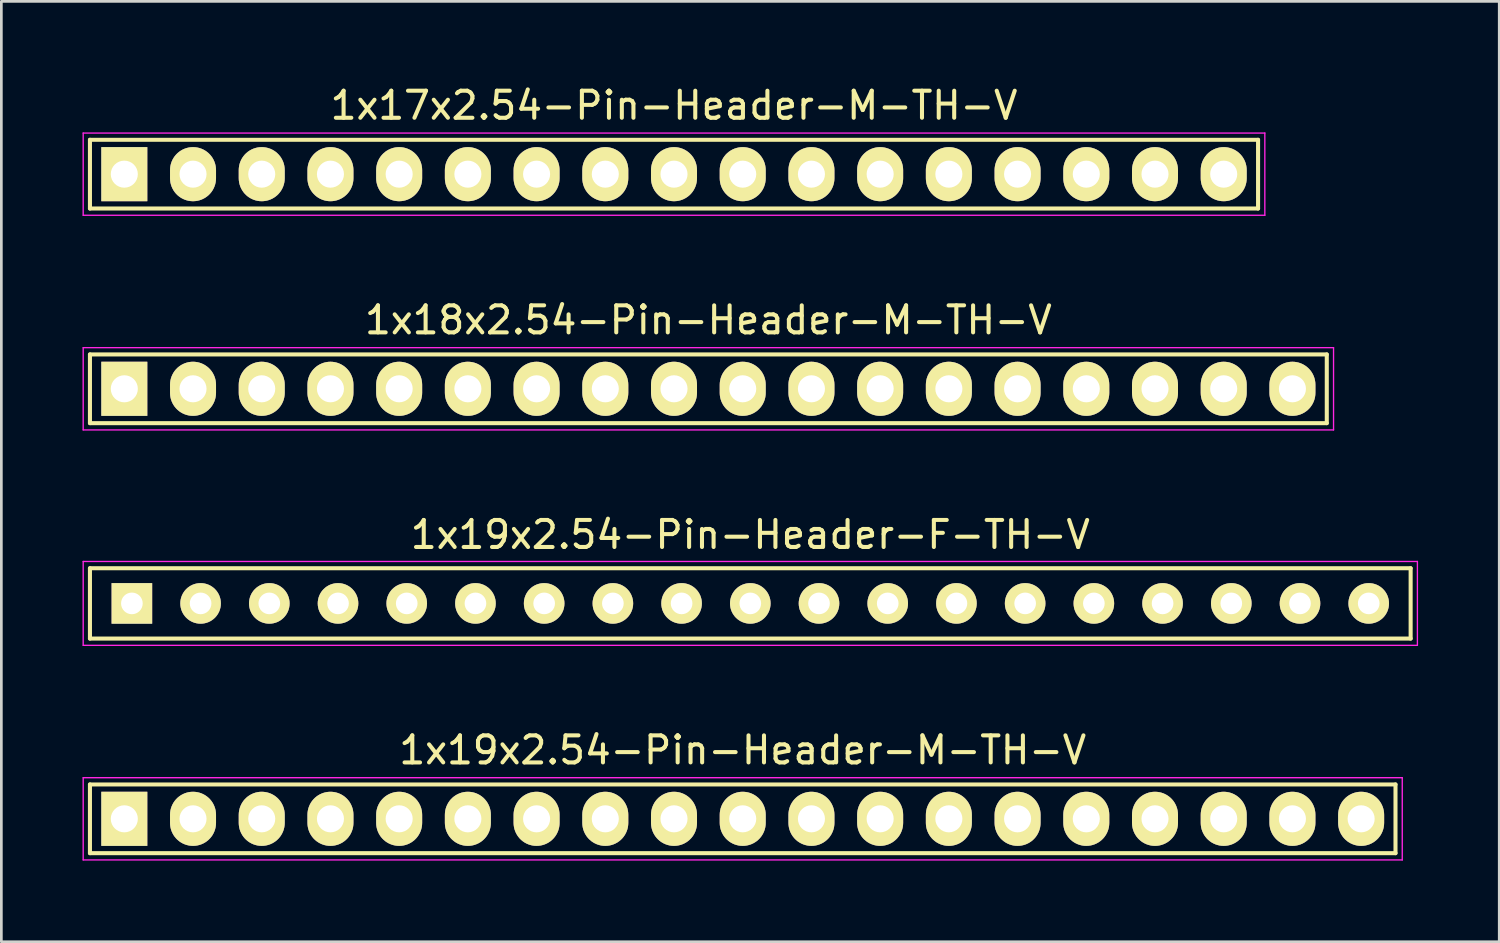
<source format=kicad_pcb>
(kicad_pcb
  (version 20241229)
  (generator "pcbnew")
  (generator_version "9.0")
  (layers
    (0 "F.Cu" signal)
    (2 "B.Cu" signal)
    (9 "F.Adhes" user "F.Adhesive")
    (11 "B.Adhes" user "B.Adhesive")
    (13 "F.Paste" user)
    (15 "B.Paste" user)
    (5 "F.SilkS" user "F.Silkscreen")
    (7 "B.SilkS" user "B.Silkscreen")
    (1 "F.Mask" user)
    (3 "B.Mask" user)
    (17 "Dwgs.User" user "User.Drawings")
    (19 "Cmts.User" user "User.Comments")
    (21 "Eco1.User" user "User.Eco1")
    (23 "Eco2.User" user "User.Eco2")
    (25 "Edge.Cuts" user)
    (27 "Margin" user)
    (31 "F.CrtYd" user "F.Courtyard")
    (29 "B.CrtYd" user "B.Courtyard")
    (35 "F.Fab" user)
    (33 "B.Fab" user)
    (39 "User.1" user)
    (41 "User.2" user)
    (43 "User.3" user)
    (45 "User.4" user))
  (footprint "1x19x2.54-Pin-Header-M-TH-V"
    (layer "F.Cu")
    (at 24.405 27.218)
    (property "Reference" "1x19x2.54-Pin-Header-M-TH-V" (at 0 -2.54 0) (layer "F.SilkS") (effects (font (size 1 1) (thickness 0.15))))
    (attr through_hole)
    (fp_line (start -24.13 -1.27) (end 24.13 -1.27) (stroke (width 0.15) (type solid)) (layer "F.SilkS"))
    (fp_line (start -24.13 1.27) (end -24.13 -1.27) (stroke (width 0.15) (type solid)) (layer "F.SilkS"))
    (fp_line (start 24.13 -1.27) (end 24.13 1.27) (stroke (width 0.15) (type solid)) (layer "F.SilkS"))
    (fp_line (start 24.13 1.27) (end -24.13 1.27) (stroke (width 0.15) (type solid)) (layer "F.SilkS"))
    (fp_line (start -24.38 -1.52) (end 24.38 -1.52) (stroke (width 0.05) (type solid)) (layer "F.CrtYd"))
    (fp_line (start -24.38 1.52) (end -24.38 -1.52) (stroke (width 0.05) (type solid)) (layer "F.CrtYd"))
    (fp_line (start 24.38 -1.52) (end 24.38 1.52) (stroke (width 0.05) (type solid)) (layer "F.CrtYd"))
    (fp_line (start 24.38 1.52) (end -24.38 1.52) (stroke (width 0.05) (type solid)) (layer "F.CrtYd"))
    (pad "1" thru_hole rect (at -22.86 0) (size 1.7 2) (drill 1) (layers "*.Cu" "*.Mask" "F.SilkS"))
    (pad "2" thru_hole oval (at -20.32 0) (size 1.7 2) (drill 1) (layers "*.Cu" "*.Mask" "F.SilkS"))
    (pad "3" thru_hole oval (at -17.78 0) (size 1.7 2) (drill 1) (layers "*.Cu" "*.Mask" "F.SilkS"))
    (pad "4" thru_hole oval (at -15.24 0) (size 1.7 2) (drill 1) (layers "*.Cu" "*.Mask" "F.SilkS"))
    (pad "5" thru_hole oval (at -12.7 0) (size 1.7 2) (drill 1) (layers "*.Cu" "*.Mask" "F.SilkS"))
    (pad "6" thru_hole oval (at -10.16 0) (size 1.7 2) (drill 1) (layers "*.Cu" "*.Mask" "F.SilkS"))
    (pad "7" thru_hole oval (at -7.62 0) (size 1.7 2) (drill 1) (layers "*.Cu" "*.Mask" "F.SilkS"))
    (pad "8" thru_hole oval (at -5.08 0) (size 1.7 2) (drill 1) (layers "*.Cu" "*.Mask" "F.SilkS"))
    (pad "9" thru_hole oval (at -2.54 0) (size 1.7 2) (drill 1) (layers "*.Cu" "*.Mask" "F.SilkS"))
    (pad "10" thru_hole oval (at 0 0) (size 1.7 2) (drill 1) (layers "*.Cu" "*.Mask" "F.SilkS"))
    (pad "11" thru_hole oval (at 2.54 0) (size 1.7 2) (drill 1) (layers "*.Cu" "*.Mask" "F.SilkS"))
    (pad "12" thru_hole oval (at 5.08 0) (size 1.7 2) (drill 1) (layers "*.Cu" "*.Mask" "F.SilkS"))
    (pad "13" thru_hole oval (at 7.62 0) (size 1.7 2) (drill 1) (layers "*.Cu" "*.Mask" "F.SilkS"))
    (pad "14" thru_hole oval (at 10.16 0) (size 1.7 2) (drill 1) (layers "*.Cu" "*.Mask" "F.SilkS"))
    (pad "15" thru_hole oval (at 12.7 0) (size 1.7 2) (drill 1) (layers "*.Cu" "*.Mask" "F.SilkS"))
    (pad "16" thru_hole oval (at 15.24 0) (size 1.7 2) (drill 1) (layers "*.Cu" "*.Mask" "F.SilkS"))
    (pad "17" thru_hole oval (at 17.78 0) (size 1.7 2) (drill 1) (layers "*.Cu" "*.Mask" "F.SilkS"))
    (pad "18" thru_hole oval (at 20.32 0) (size 1.7 2) (drill 1) (layers "*.Cu" "*.Mask" "F.SilkS"))
    (pad "19" thru_hole oval (at 22.86 0) (size 1.7 2) (drill 1) (layers "*.Cu" "*.Mask" "F.SilkS")))
  (footprint "1x18x2.54-Pin-Header-M-TH-V"
    (layer "F.Cu")
    (at 23.135 11.322)
    (property "Reference" "1x18x2.54-Pin-Header-M-TH-V" (at 0 -2.54 0) (layer "F.SilkS") (effects (font (size 1 1) (thickness 0.15))))
    (attr through_hole)
    (fp_line (start -22.86 -1.27) (end 22.86 -1.27) (stroke (width 0.15) (type solid)) (layer "F.SilkS"))
    (fp_line (start -22.86 1.27) (end -22.86 -1.27) (stroke (width 0.15) (type solid)) (layer "F.SilkS"))
    (fp_line (start 22.86 -1.27) (end 22.86 1.27) (stroke (width 0.15) (type solid)) (layer "F.SilkS"))
    (fp_line (start 22.86 1.27) (end -22.86 1.27) (stroke (width 0.15) (type solid)) (layer "F.SilkS"))
    (fp_line (start -23.11 -1.52) (end 23.11 -1.52) (stroke (width 0.05) (type solid)) (layer "F.CrtYd"))
    (fp_line (start -23.11 1.52) (end -23.11 -1.52) (stroke (width 0.05) (type solid)) (layer "F.CrtYd"))
    (fp_line (start 23.11 -1.52) (end 23.11 1.52) (stroke (width 0.05) (type solid)) (layer "F.CrtYd"))
    (fp_line (start 23.11 1.52) (end -23.11 1.52) (stroke (width 0.05) (type solid)) (layer "F.CrtYd"))
    (pad "1" thru_hole rect (at -21.59 0) (size 1.7 2) (drill 1) (layers "*.Cu" "*.Mask" "F.SilkS"))
    (pad "2" thru_hole oval (at -19.05 0) (size 1.7 2) (drill 1) (layers "*.Cu" "*.Mask" "F.SilkS"))
    (pad "3" thru_hole oval (at -16.51 0) (size 1.7 2) (drill 1) (layers "*.Cu" "*.Mask" "F.SilkS"))
    (pad "4" thru_hole oval (at -13.97 0) (size 1.7 2) (drill 1) (layers "*.Cu" "*.Mask" "F.SilkS"))
    (pad "5" thru_hole oval (at -11.43 0) (size 1.7 2) (drill 1) (layers "*.Cu" "*.Mask" "F.SilkS"))
    (pad "6" thru_hole oval (at -8.89 0) (size 1.7 2) (drill 1) (layers "*.Cu" "*.Mask" "F.SilkS"))
    (pad "7" thru_hole oval (at -6.35 0) (size 1.7 2) (drill 1) (layers "*.Cu" "*.Mask" "F.SilkS"))
    (pad "8" thru_hole oval (at -3.81 0) (size 1.7 2) (drill 1) (layers "*.Cu" "*.Mask" "F.SilkS"))
    (pad "9" thru_hole oval (at -1.27 0) (size 1.7 2) (drill 1) (layers "*.Cu" "*.Mask" "F.SilkS"))
    (pad "10" thru_hole oval (at 1.27 0) (size 1.7 2) (drill 1) (layers "*.Cu" "*.Mask" "F.SilkS"))
    (pad "11" thru_hole oval (at 3.81 0) (size 1.7 2) (drill 1) (layers "*.Cu" "*.Mask" "F.SilkS"))
    (pad "12" thru_hole oval (at 6.35 0) (size 1.7 2) (drill 1) (layers "*.Cu" "*.Mask" "F.SilkS"))
    (pad "13" thru_hole oval (at 8.89 0) (size 1.7 2) (drill 1) (layers "*.Cu" "*.Mask" "F.SilkS"))
    (pad "14" thru_hole oval (at 11.43 0) (size 1.7 2) (drill 1) (layers "*.Cu" "*.Mask" "F.SilkS"))
    (pad "15" thru_hole oval (at 13.97 0) (size 1.7 2) (drill 1) (layers "*.Cu" "*.Mask" "F.SilkS"))
    (pad "16" thru_hole oval (at 16.51 0) (size 1.7 2) (drill 1) (layers "*.Cu" "*.Mask" "F.SilkS"))
    (pad "17" thru_hole oval (at 19.05 0) (size 1.7 2) (drill 1) (layers "*.Cu" "*.Mask" "F.SilkS"))
    (pad "18" thru_hole oval (at 21.59 0) (size 1.7 2) (drill 1) (layers "*.Cu" "*.Mask" "F.SilkS")))
  (footprint "1x19x2.54-Pin-Header-F-TH-V"
    (layer "F.Cu")
    (at 24.685 19.255)
    (property "Reference" "1x19x2.54-Pin-Header-F-TH-V" (at 0 -2.54 0) (layer "F.SilkS") (effects (font (size 1 1) (thickness 0.15))))
    (attr through_hole)
    (fp_line (start -24.41 -1.3) (end 24.41 -1.3) (stroke (width 0.15) (type solid)) (layer "F.SilkS"))
    (fp_line (start -24.41 1.3) (end -24.41 -1.3) (stroke (width 0.15) (type solid)) (layer "F.SilkS"))
    (fp_line (start 24.41 -1.3) (end 24.41 1.3) (stroke (width 0.15) (type solid)) (layer "F.SilkS"))
    (fp_line (start 24.41 1.3) (end -24.41 1.3) (stroke (width 0.15) (type solid)) (layer "F.SilkS"))
    (fp_line (start -24.66 -1.55) (end 24.66 -1.55) (stroke (width 0.05) (type solid)) (layer "F.CrtYd"))
    (fp_line (start -24.66 1.55) (end -24.66 -1.55) (stroke (width 0.05) (type solid)) (layer "F.CrtYd"))
    (fp_line (start 24.66 -1.55) (end 24.66 1.55) (stroke (width 0.05) (type solid)) (layer "F.CrtYd"))
    (fp_line (start 24.66 1.55) (end -24.66 1.55) (stroke (width 0.05) (type solid)) (layer "F.CrtYd"))
    (pad "1" thru_hole rect (at -22.86 0) (size 1.5 1.5) (drill 0.8) (layers "*.Cu" "*.Mask" "F.SilkS"))
    (pad "2" thru_hole circle (at -20.32 0) (size 1.5 1.5) (drill 0.8) (layers "*.Cu" "*.Mask" "F.SilkS"))
    (pad "3" thru_hole circle (at -17.78 0) (size 1.5 1.5) (drill 0.8) (layers "*.Cu" "*.Mask" "F.SilkS"))
    (pad "4" thru_hole circle (at -15.24 0) (size 1.5 1.5) (drill 0.8) (layers "*.Cu" "*.Mask" "F.SilkS"))
    (pad "5" thru_hole circle (at -12.7 0) (size 1.5 1.5) (drill 0.8) (layers "*.Cu" "*.Mask" "F.SilkS"))
    (pad "6" thru_hole circle (at -10.16 0) (size 1.5 1.5) (drill 0.8) (layers "*.Cu" "*.Mask" "F.SilkS"))
    (pad "7" thru_hole circle (at -7.62 0) (size 1.5 1.5) (drill 0.8) (layers "*.Cu" "*.Mask" "F.SilkS"))
    (pad "8" thru_hole circle (at -5.08 0) (size 1.5 1.5) (drill 0.8) (layers "*.Cu" "*.Mask" "F.SilkS"))
    (pad "9" thru_hole circle (at -2.54 0) (size 1.5 1.5) (drill 0.8) (layers "*.Cu" "*.Mask" "F.SilkS"))
    (pad "10" thru_hole circle (at 0 0) (size 1.5 1.5) (drill 0.8) (layers "*.Cu" "*.Mask" "F.SilkS"))
    (pad "11" thru_hole circle (at 2.54 0) (size 1.5 1.5) (drill 0.8) (layers "*.Cu" "*.Mask" "F.SilkS"))
    (pad "12" thru_hole circle (at 5.08 0) (size 1.5 1.5) (drill 0.8) (layers "*.Cu" "*.Mask" "F.SilkS"))
    (pad "13" thru_hole circle (at 7.62 0) (size 1.5 1.5) (drill 0.8) (layers "*.Cu" "*.Mask" "F.SilkS"))
    (pad "14" thru_hole circle (at 10.16 0) (size 1.5 1.5) (drill 0.8) (layers "*.Cu" "*.Mask" "F.SilkS"))
    (pad "15" thru_hole circle (at 12.7 0) (size 1.5 1.5) (drill 0.8) (layers "*.Cu" "*.Mask" "F.SilkS"))
    (pad "16" thru_hole circle (at 15.24 0) (size 1.5 1.5) (drill 0.8) (layers "*.Cu" "*.Mask" "F.SilkS"))
    (pad "17" thru_hole circle (at 17.78 0) (size 1.5 1.5) (drill 0.8) (layers "*.Cu" "*.Mask" "F.SilkS"))
    (pad "18" thru_hole circle (at 20.32 0) (size 1.5 1.5) (drill 0.8) (layers "*.Cu" "*.Mask" "F.SilkS"))
    (pad "19" thru_hole circle (at 22.86 0) (size 1.5 1.5) (drill 0.8) (layers "*.Cu" "*.Mask" "F.SilkS")))
  (footprint "1x17x2.54-Pin-Header-M-TH-V"
    (layer "F.Cu")
    (at 21.865 3.388)
    (property "Reference" "1x17x2.54-Pin-Header-M-TH-V" (at 0 -2.54 0) (layer "F.SilkS") (effects (font (size 1 1) (thickness 0.15))))
    (attr through_hole)
    (fp_line (start -21.59 -1.27) (end 21.59 -1.27) (stroke (width 0.15) (type solid)) (layer "F.SilkS"))
    (fp_line (start -21.59 1.27) (end -21.59 -1.27) (stroke (width 0.15) (type solid)) (layer "F.SilkS"))
    (fp_line (start 21.59 -1.27) (end 21.59 1.27) (stroke (width 0.15) (type solid)) (layer "F.SilkS"))
    (fp_line (start 21.59 1.27) (end -21.59 1.27) (stroke (width 0.15) (type solid)) (layer "F.SilkS"))
    (fp_line (start -21.84 -1.52) (end 21.84 -1.52) (stroke (width 0.05) (type solid)) (layer "F.CrtYd"))
    (fp_line (start -21.84 1.52) (end -21.84 -1.52) (stroke (width 0.05) (type solid)) (layer "F.CrtYd"))
    (fp_line (start 21.84 -1.52) (end 21.84 1.52) (stroke (width 0.05) (type solid)) (layer "F.CrtYd"))
    (fp_line (start 21.84 1.52) (end -21.84 1.52) (stroke (width 0.05) (type solid)) (layer "F.CrtYd"))
    (pad "1" thru_hole rect (at -20.32 0) (size 1.7 2) (drill 1) (layers "*.Cu" "*.Mask" "F.SilkS"))
    (pad "2" thru_hole oval (at -17.78 0) (size 1.7 2) (drill 1) (layers "*.Cu" "*.Mask" "F.SilkS"))
    (pad "3" thru_hole oval (at -15.24 0) (size 1.7 2) (drill 1) (layers "*.Cu" "*.Mask" "F.SilkS"))
    (pad "4" thru_hole oval (at -12.7 0) (size 1.7 2) (drill 1) (layers "*.Cu" "*.Mask" "F.SilkS"))
    (pad "5" thru_hole oval (at -10.16 0) (size 1.7 2) (drill 1) (layers "*.Cu" "*.Mask" "F.SilkS"))
    (pad "6" thru_hole oval (at -7.62 0) (size 1.7 2) (drill 1) (layers "*.Cu" "*.Mask" "F.SilkS"))
    (pad "7" thru_hole oval (at -5.08 0) (size 1.7 2) (drill 1) (layers "*.Cu" "*.Mask" "F.SilkS"))
    (pad "8" thru_hole oval (at -2.54 0) (size 1.7 2) (drill 1) (layers "*.Cu" "*.Mask" "F.SilkS"))
    (pad "9" thru_hole oval (at 0 0) (size 1.7 2) (drill 1) (layers "*.Cu" "*.Mask" "F.SilkS"))
    (pad "10" thru_hole oval (at 2.54 0) (size 1.7 2) (drill 1) (layers "*.Cu" "*.Mask" "F.SilkS"))
    (pad "11" thru_hole oval (at 5.08 0) (size 1.7 2) (drill 1) (layers "*.Cu" "*.Mask" "F.SilkS"))
    (pad "12" thru_hole oval (at 7.62 0) (size 1.7 2) (drill 1) (layers "*.Cu" "*.Mask" "F.SilkS"))
    (pad "13" thru_hole oval (at 10.16 0) (size 1.7 2) (drill 1) (layers "*.Cu" "*.Mask" "F.SilkS"))
    (pad "14" thru_hole oval (at 12.7 0) (size 1.7 2) (drill 1) (layers "*.Cu" "*.Mask" "F.SilkS"))
    (pad "15" thru_hole oval (at 15.24 0) (size 1.7 2) (drill 1) (layers "*.Cu" "*.Mask" "F.SilkS"))
    (pad "16" thru_hole oval (at 17.78 0) (size 1.7 2) (drill 1) (layers "*.Cu" "*.Mask" "F.SilkS"))
    (pad "17" thru_hole oval (at 20.32 0) (size 1.7 2) (drill 1) (layers "*.Cu" "*.Mask" "F.SilkS")))
  (gr_rect
    (start -3 -3)
    (end 52.37 31.763)
    (stroke (width 0.1) (type default))
    (fill no)
    (layer "Edge.Cuts")))
</source>
